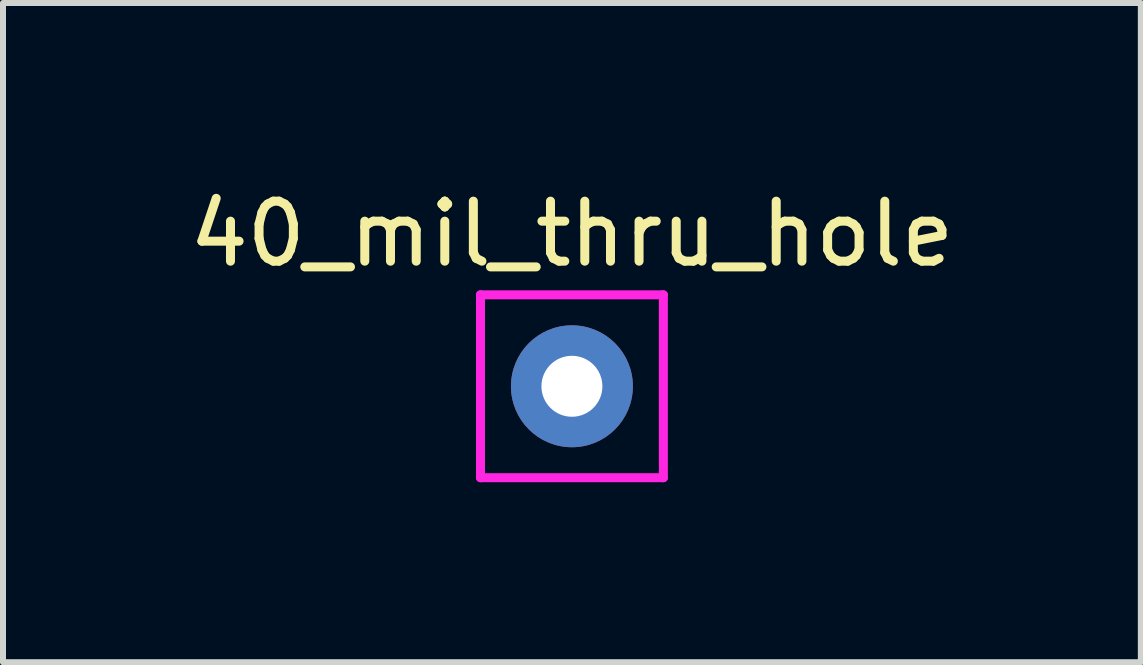
<source format=kicad_pcb>
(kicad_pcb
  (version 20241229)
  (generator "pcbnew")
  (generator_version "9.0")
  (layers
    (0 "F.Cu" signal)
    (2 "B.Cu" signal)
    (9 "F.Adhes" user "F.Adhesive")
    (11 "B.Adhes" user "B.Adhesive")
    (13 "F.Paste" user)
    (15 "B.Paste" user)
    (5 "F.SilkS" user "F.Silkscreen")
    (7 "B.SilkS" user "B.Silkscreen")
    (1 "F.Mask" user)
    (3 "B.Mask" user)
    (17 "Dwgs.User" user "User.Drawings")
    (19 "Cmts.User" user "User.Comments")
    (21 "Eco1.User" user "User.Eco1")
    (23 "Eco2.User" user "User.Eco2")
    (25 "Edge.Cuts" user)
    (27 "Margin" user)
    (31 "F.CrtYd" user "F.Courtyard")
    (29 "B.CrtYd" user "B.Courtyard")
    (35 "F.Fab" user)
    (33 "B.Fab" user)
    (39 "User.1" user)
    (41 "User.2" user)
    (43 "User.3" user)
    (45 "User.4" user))
  (footprint "40_mil_thru_hole"
    (layer "F.Cu")
    (at 6.482 3.388)
    (property "Reference" "40_mil_thru_hole" (at 0 -2.54 0) (layer "F.SilkS") (effects (font (size 1 1) (thickness 0.15))))
    (attr through_hole)
    (fp_line (start -1.524 -1.524) (end -1.524 1.524) (stroke (width 0.15) (type solid)) (layer "F.CrtYd"))
    (fp_line (start -1.524 1.524) (end 1.524 1.524) (stroke (width 0.15) (type solid)) (layer "F.CrtYd"))
    (fp_line (start 1.524 -1.524) (end -1.524 -1.524) (stroke (width 0.15) (type solid)) (layer "F.CrtYd"))
    (fp_line (start 1.524 1.524) (end 1.524 -1.524) (stroke (width 0.15) (type solid)) (layer "F.CrtYd"))
    (pad "1" thru_hole circle (at 0 0) (size 2.032 2.032) (drill 1.016) (layers "*.Cu" "*.Mask")))
  (gr_rect
    (start -3 -3)
    (end 15.964 7.987)
    (stroke (width 0.1) (type default))
    (fill no)
    (layer "Edge.Cuts")))
</source>
